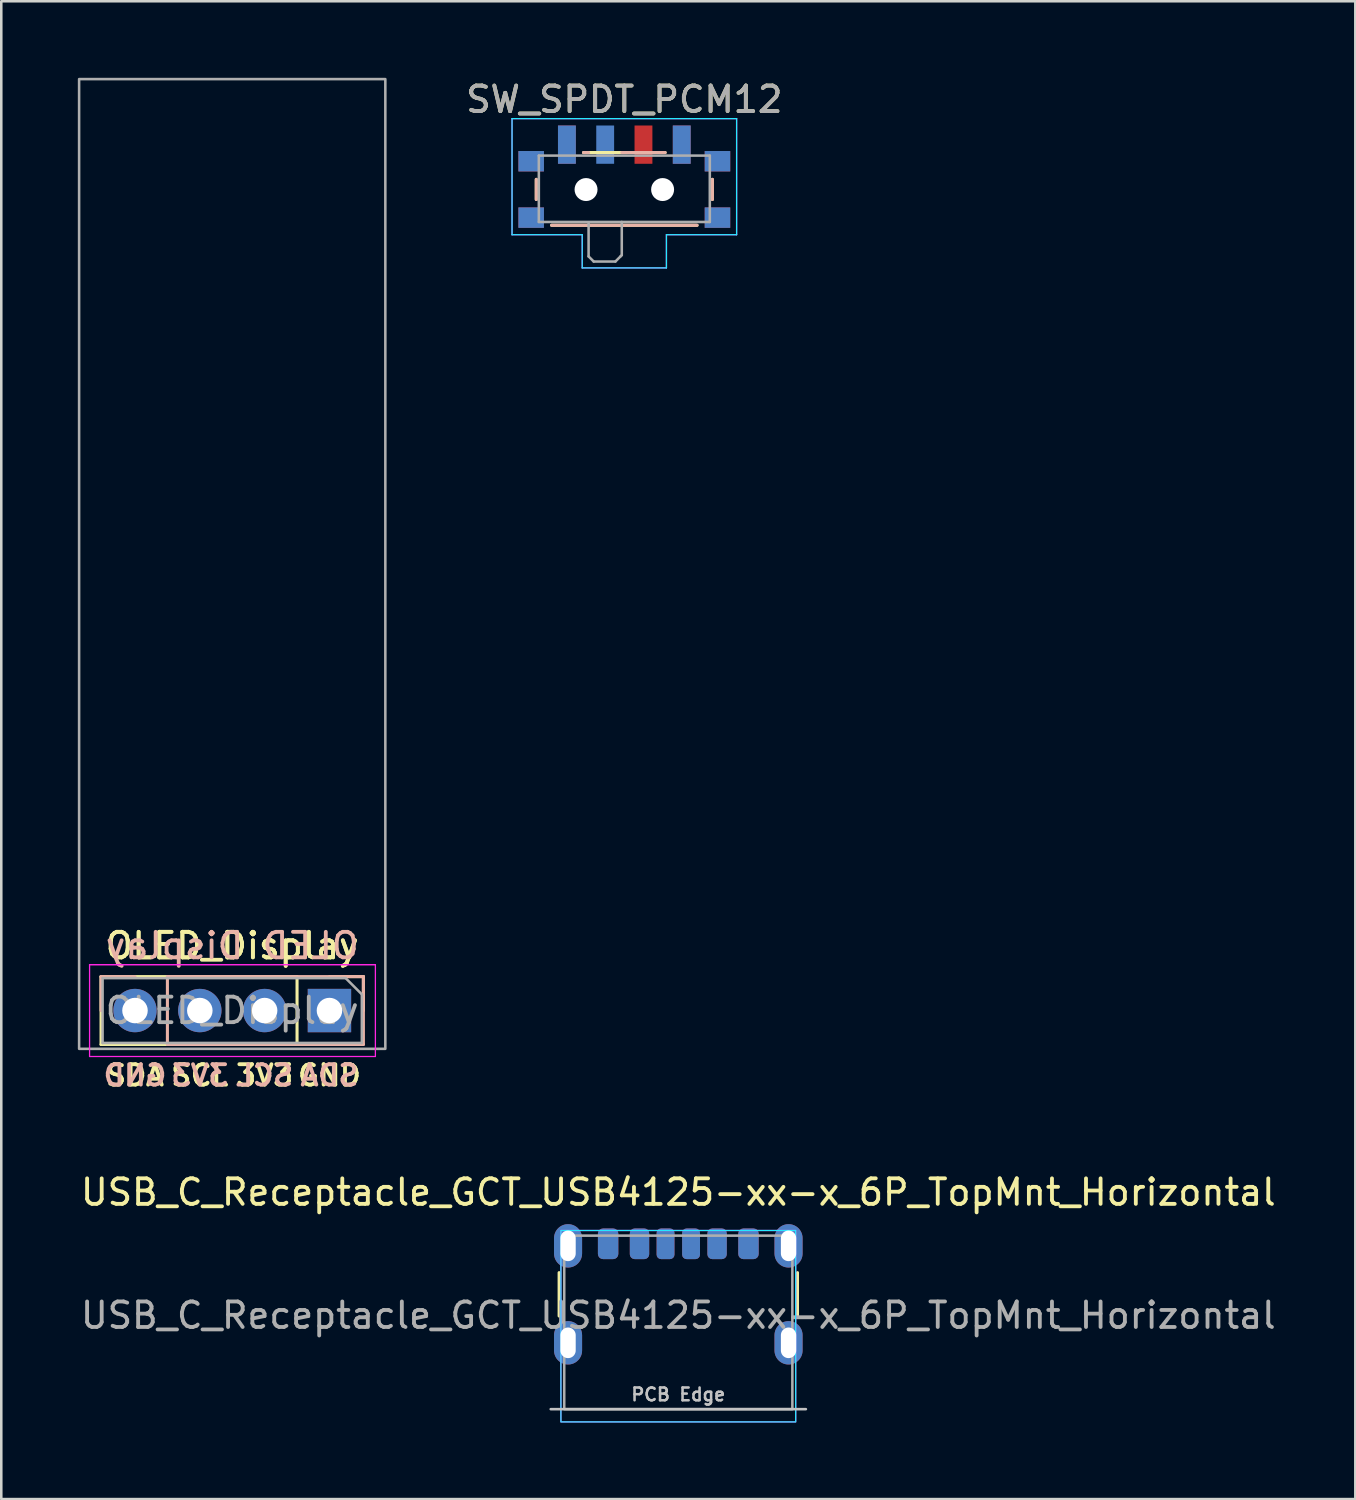
<source format=kicad_pcb>
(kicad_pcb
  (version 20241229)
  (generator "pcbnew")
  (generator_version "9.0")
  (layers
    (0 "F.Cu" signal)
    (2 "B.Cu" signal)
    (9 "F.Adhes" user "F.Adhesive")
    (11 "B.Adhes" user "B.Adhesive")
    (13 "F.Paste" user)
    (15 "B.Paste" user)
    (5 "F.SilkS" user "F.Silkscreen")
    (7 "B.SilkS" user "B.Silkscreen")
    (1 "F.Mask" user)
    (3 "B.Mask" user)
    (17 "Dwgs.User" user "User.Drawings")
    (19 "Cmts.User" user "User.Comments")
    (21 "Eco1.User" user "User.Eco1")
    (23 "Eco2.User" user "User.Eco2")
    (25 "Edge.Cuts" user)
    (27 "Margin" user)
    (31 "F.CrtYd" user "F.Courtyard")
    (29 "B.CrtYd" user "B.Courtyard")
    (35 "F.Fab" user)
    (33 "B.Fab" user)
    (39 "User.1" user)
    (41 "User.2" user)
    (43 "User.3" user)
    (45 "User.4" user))
  (footprint "USB_C_Receptacle_GCT_USB4125-xx-x_6P_TopMnt_Horizontal"
    (layer "F.Cu")
    (at 23.53 48.77)
    (property "Reference" "USB_C_Receptacle_GCT_USB4125-xx-x_6P_TopMnt_Horizontal" (at 0 -5.1 0) (unlocked yes) (layer "F.SilkS") (effects (font (size 1 1) (thickness 0.15))))
    (attr smd)
    (fp_line (start -4.67 -0.25) (end -4.67 -1.95) (stroke (width 0.12) (type solid)) (layer "F.SilkS"))
    (fp_line (start 4.67 -0.25) (end 4.67 -1.95) (stroke (width 0.12) (type solid)) (layer "F.SilkS"))
    (fp_line (start 5 3.4) (end -5 3.4) (stroke (width 0.1) (type solid)) (layer "Dwgs.User"))
    (fp_rect (start -4.6 -3.6) (end 4.6 3.9) (stroke (width 0.05) (type solid)) (fill no) (layer "B.CrtYd"))
    (fp_rect (start -4.6 -3.6) (end 4.6 3.9) (stroke (width 0.05) (type solid)) (fill no) (layer "F.CrtYd"))
    (fp_rect (start -4.47 -3.4) (end 4.47 3.4) (stroke (width 0.1) (type solid)) (fill no) (layer "F.Fab"))
    (fp_text user "PCB Edge" (at 0 2.825 0) (unlocked yes) (layer "Dwgs.User") (effects (font (size 0.5 0.5) (thickness 0.1))))
    (fp_text user "${REFERENCE}" (at 0 -0.275 0) (unlocked yes) (layer "F.Fab") (effects (font (size 1 1) (thickness 0.15))))
    (pad "A5" smd roundrect (at -0.5 -3.08) (size 0.7 1.2) (layers "F.Cu" "F.Mask" "F.Paste") (roundrect_rratio 0.25))
    (pad "A5" smd roundrect (at 0.5 -3.08) (size 0.7 1.2) (layers "B.Cu" "B.Mask" "B.Paste") (roundrect_rratio 0.25))
    (pad "A9" smd roundrect (at -1.52 -3.08 180) (size 0.76 1.2) (layers "B.Cu" "B.Mask" "B.Paste") (roundrect_rratio 0.25))
    (pad "A9" smd roundrect (at 1.52 -3.08 180) (size 0.76 1.2) (layers "F.Cu" "F.Mask" "F.Paste") (roundrect_rratio 0.25))
    (pad "A12" smd roundrect (at -2.75 -3.08 180) (size 0.8 1.2) (layers "B.Cu" "B.Mask" "B.Paste") (roundrect_rratio 0.25))
    (pad "A12" smd roundrect (at 2.75 -3.08 180) (size 0.8 1.2) (layers "F.Cu" "F.Mask" "F.Paste") (roundrect_rratio 0.25))
    (pad "B5" smd roundrect (at -0.5 -3.08 180) (size 0.7 1.2) (layers "B.Cu" "B.Mask" "B.Paste") (roundrect_rratio 0.25))
    (pad "B5" smd roundrect (at 0.5 -3.08 180) (size 0.7 1.2) (layers "F.Cu" "F.Mask" "F.Paste") (roundrect_rratio 0.25))
    (pad "B9" smd roundrect (at -1.52 -3.08) (size 0.76 1.2) (layers "F.Cu" "F.Mask" "F.Paste") (roundrect_rratio 0.25))
    (pad "B9" smd roundrect (at 1.52 -3.08) (size 0.76 1.2) (layers "B.Cu" "B.Mask" "B.Paste") (roundrect_rratio 0.25))
    (pad "B12" smd roundrect (at -2.75 -3.08) (size 0.8 1.2) (layers "F.Cu" "F.Mask" "F.Paste") (roundrect_rratio 0.25))
    (pad "B12" smd roundrect (at 2.75 -3.08) (size 0.8 1.2) (layers "B.Cu" "B.Mask" "B.Paste") (roundrect_rratio 0.25))
    (pad "S1" thru_hole oval (at -4.32 -3) (size 1.1 1.7) (drill oval 0.6 1.2) (layers "*.Cu" "*.Mask" "F.Paste"))
    (pad "S1" thru_hole oval (at -4.32 0.8) (size 1.1 1.7) (drill oval 0.6 1.2) (layers "*.Cu" "*.Mask" "F.Paste"))
    (pad "S1" thru_hole oval (at 4.32 -3) (size 1.1 1.7) (drill oval 0.6 1.2) (layers "*.Cu" "*.Mask" "F.Paste"))
    (pad "S1" thru_hole oval (at 4.32 0.8) (size 1.1 1.7) (drill oval 0.6 1.2) (layers "*.Cu" "*.Mask" "F.Paste")))
  (footprint "OLED_Display"
    (layer "F.Cu")
    (at 6.05 36.55)
    (property "Reference" "OLED_Display" (at 0 -2.54 0) (unlocked yes) (layer "F.SilkS") (effects (font (size 1 1) (thickness 0.15))))
    (attr through_hole)
    (fp_line (start -5.14 -1.33) (end -5.14 1.33) (stroke (width 0.12) (type solid)) (layer "F.SilkS"))
    (fp_line (start 2.54 -1.33) (end -5.14 -1.33) (stroke (width 0.12) (type solid)) (layer "F.SilkS"))
    (fp_line (start 2.54 -1.33) (end 2.54 1.33) (stroke (width 0.12) (type solid)) (layer "F.SilkS"))
    (fp_line (start 2.54 1.33) (end -5.14 1.33) (stroke (width 0.12) (type solid)) (layer "F.SilkS"))
    (fp_line (start 3.81 -1.33) (end 5.14 -1.33) (stroke (width 0.12) (type solid)) (layer "F.SilkS"))
    (fp_line (start 5.14 -1.33) (end 5.14 0) (stroke (width 0.12) (type solid)) (layer "F.SilkS"))
    (fp_line (start -5.14 -1.33) (end -5.14 0) (stroke (width 0.12) (type solid)) (layer "B.SilkS"))
    (fp_line (start -3.81 -1.33) (end -5.14 -1.33) (stroke (width 0.12) (type solid)) (layer "B.SilkS"))
    (fp_line (start -2.54 -1.33) (end -2.54 1.33) (stroke (width 0.12) (type solid)) (layer "B.SilkS"))
    (fp_line (start -2.54 -1.33) (end 5.14 -1.33) (stroke (width 0.12) (type solid)) (layer "B.SilkS"))
    (fp_line (start -2.54 1.33) (end 5.14 1.33) (stroke (width 0.12) (type solid)) (layer "B.SilkS"))
    (fp_line (start 5.14 -1.33) (end 5.14 1.33) (stroke (width 0.12) (type solid)) (layer "B.SilkS"))
    (fp_line (start -5.59 -1.8) (end -5.59 1.8) (stroke (width 0.05) (type solid)) (layer "F.CrtYd"))
    (fp_line (start -5.59 1.8) (end 5.61 1.8) (stroke (width 0.05) (type solid)) (layer "F.CrtYd"))
    (fp_line (start 5.61 -1.8) (end -5.59 -1.8) (stroke (width 0.05) (type solid)) (layer "F.CrtYd"))
    (fp_line (start 5.61 -1.8) (end -5.59 -1.8) (stroke (width 0.05) (type solid)) (layer "F.CrtYd"))
    (fp_line (start 5.61 1.8) (end 5.61 -1.8) (stroke (width 0.05) (type solid)) (layer "F.CrtYd"))
    (fp_line (start -5.08 -1.27) (end 4.445 -1.27) (stroke (width 0.1) (type solid)) (layer "F.Fab"))
    (fp_line (start -5.08 1.27) (end -5.08 -1.27) (stroke (width 0.1) (type solid)) (layer "F.Fab"))
    (fp_line (start 4.445 -1.27) (end 5.08 -0.635) (stroke (width 0.1) (type solid)) (layer "F.Fab"))
    (fp_line (start 5.08 -0.635) (end 5.08 1.27) (stroke (width 0.1) (type solid)) (layer "F.Fab"))
    (fp_line (start 5.08 1.27) (end -5.08 1.27) (stroke (width 0.1) (type solid)) (layer "F.Fab"))
    (fp_rect (start -6 -36.5) (end 6 1.5) (stroke (width 0.1) (type default)) (fill no) (layer "F.Fab"))
    (fp_text user "3V3" (at 1.27 2.54 0) (unlocked yes) (layer "F.SilkS") (effects (font (size 0.8 0.8) (thickness 0.15))))
    (fp_text user "OLED Display" (at 0 -2.54 0) (unlocked yes) (layer "F.SilkS") (effects (font (size 1 1) (thickness 0.15))))
    (fp_text user "SCL" (at -1.27 2.54 0) (unlocked yes) (layer "F.SilkS") (effects (font (size 0.8 0.8) (thickness 0.15))))
    (fp_text user "SDA" (at -3.81 2.54 0) (unlocked yes) (layer "F.SilkS") (effects (font (size 0.8 0.8) (thickness 0.15))))
    (fp_text user "GND" (at 3.81 2.54 0) (unlocked yes) (layer "F.SilkS") (effects (font (size 0.8 0.8) (thickness 0.15))))
    (fp_text user "SCL" (at 1.27 2.54 0) (unlocked yes) (layer "B.SilkS") (effects (font (size 0.8 0.8) (thickness 0.15)) (justify mirror)))
    (fp_text user "GND" (at -3.81 2.54 0) (unlocked yes) (layer "B.SilkS") (effects (font (size 0.8 0.8) (thickness 0.15)) (justify mirror)))
    (fp_text user "SDA" (at 3.81 2.54 0) (unlocked yes) (layer "B.SilkS") (effects (font (size 0.8 0.8) (thickness 0.15)) (justify mirror)))
    (fp_text user "OLED Display" (at 0 -2.54 0) (unlocked yes) (layer "B.SilkS") (effects (font (size 1 1) (thickness 0.15)) (justify mirror)))
    (fp_text user "3V3" (at -1.27 2.54 0) (unlocked yes) (layer "B.SilkS") (effects (font (size 0.8 0.8) (thickness 0.15)) (justify mirror)))
    (fp_text user "${REFERENCE}" (at 0 0 0) (layer "F.Fab") (effects (font (size 1 1) (thickness 0.15))))
    (pad "1" thru_hole rect (at 3.81 0 270) (size 1.7 1.7) (drill 1) (layers "*.Cu" "*.Mask"))
    (pad "2" thru_hole oval (at 1.27 0 270) (size 1.7 1.7) (drill 1) (layers "*.Cu" "*.Mask"))
    (pad "3" thru_hole oval (at -1.27 0 270) (size 1.7 1.7) (drill 1) (layers "*.Cu" "*.Mask"))
    (pad "4" thru_hole oval (at -3.81 0 270) (size 1.7 1.7) (drill 1) (layers "*.Cu" "*.Mask")))
  (footprint "SW_SPDT_PCM12"
    (layer "F.Cu")
    (at 21.415 4.048)
    (property "Reference" "SW_SPDT_PCM12" (at 0 -3.2 0) (layer "F.SilkS") (effects (font (size 1 1) (thickness 0.15))))
    (attr smd)
    (fp_line (start -3.45 -0.07) (end -3.45 0.72) (stroke (width 0.12) (type solid)) (layer "F.SilkS"))
    (fp_line (start -2.85 1.73) (end 2.85 1.73) (stroke (width 0.12) (type solid)) (layer "F.SilkS"))
    (fp_line (start -1.6 -1.12) (end 0.1 -1.12) (stroke (width 0.12) (type solid)) (layer "F.SilkS"))
    (fp_line (start 1.4 -1.12) (end 1.6 -1.12) (stroke (width 0.12) (type solid)) (layer "F.SilkS"))
    (fp_line (start 3.45 0.72) (end 3.45 -0.07) (stroke (width 0.12) (type solid)) (layer "F.SilkS"))
    (fp_line (start -3.45 0.72) (end -3.45 -0.07) (stroke (width 0.12) (type solid)) (layer "B.SilkS"))
    (fp_line (start -1.4 -1.12) (end -1.6 -1.12) (stroke (width 0.12) (type solid)) (layer "B.SilkS"))
    (fp_line (start 1.6 -1.12) (end -0.1 -1.12) (stroke (width 0.12) (type solid)) (layer "B.SilkS"))
    (fp_line (start 2.85 1.73) (end -2.85 1.73) (stroke (width 0.12) (type solid)) (layer "B.SilkS"))
    (fp_line (start 3.45 -0.07) (end 3.45 0.72) (stroke (width 0.12) (type solid)) (layer "B.SilkS"))
    (fp_line (start -4.4 -2.45) (end -4.4 2.1) (stroke (width 0.05) (type solid)) (layer "B.CrtYd"))
    (fp_line (start -4.4 2.1) (end -1.65 2.1) (stroke (width 0.05) (type solid)) (layer "B.CrtYd"))
    (fp_line (start -1.65 2.1) (end -1.65 3.4) (stroke (width 0.05) (type solid)) (layer "B.CrtYd"))
    (fp_line (start -1.65 3.4) (end 1.65 3.4) (stroke (width 0.05) (type solid)) (layer "B.CrtYd"))
    (fp_line (start 1.65 2.1) (end 4.4 2.1) (stroke (width 0.05) (type solid)) (layer "B.CrtYd"))
    (fp_line (start 1.65 3.4) (end 1.65 2.1) (stroke (width 0.05) (type solid)) (layer "B.CrtYd"))
    (fp_line (start 4.4 -2.45) (end -4.4 -2.45) (stroke (width 0.05) (type solid)) (layer "B.CrtYd"))
    (fp_line (start 4.4 2.1) (end 4.4 -2.45) (stroke (width 0.05) (type solid)) (layer "B.CrtYd"))
    (fp_line (start -4.4 -2.45) (end 4.4 -2.45) (stroke (width 0.05) (type solid)) (layer "F.CrtYd"))
    (fp_line (start -4.4 2.1) (end -4.4 -2.45) (stroke (width 0.05) (type solid)) (layer "F.CrtYd"))
    (fp_line (start -1.65 2.1) (end -4.4 2.1) (stroke (width 0.05) (type solid)) (layer "F.CrtYd"))
    (fp_line (start -1.65 3.4) (end -1.65 2.1) (stroke (width 0.05) (type solid)) (layer "F.CrtYd"))
    (fp_line (start 1.65 2.1) (end 1.65 3.4) (stroke (width 0.05) (type solid)) (layer "F.CrtYd"))
    (fp_line (start 1.65 3.4) (end -1.65 3.4) (stroke (width 0.05) (type solid)) (layer "F.CrtYd"))
    (fp_line (start 4.4 -2.45) (end 4.4 2.1) (stroke (width 0.05) (type solid)) (layer "F.CrtYd"))
    (fp_line (start 4.4 2.1) (end 1.65 2.1) (stroke (width 0.05) (type solid)) (layer "F.CrtYd"))
    (fp_line (start -3.35 -1) (end -3.35 1.6) (stroke (width 0.1) (type solid)) (layer "F.Fab"))
    (fp_line (start -3.35 1.6) (end 3.35 1.6) (stroke (width 0.1) (type solid)) (layer "F.Fab"))
    (fp_line (start -1.4 1.65) (end -1.4 2.95) (stroke (width 0.1) (type solid)) (layer "F.Fab"))
    (fp_line (start -1.4 2.95) (end -1.2 3.15) (stroke (width 0.1) (type solid)) (layer "F.Fab"))
    (fp_line (start -1.2 3.15) (end -0.35 3.15) (stroke (width 0.1) (type solid)) (layer "F.Fab"))
    (fp_line (start -0.35 3.15) (end -0.15 2.95) (stroke (width 0.1) (type solid)) (layer "F.Fab"))
    (fp_line (start -0.15 2.95) (end -0.1 2.9) (stroke (width 0.1) (type solid)) (layer "F.Fab"))
    (fp_line (start -0.1 2.9) (end -0.1 1.6) (stroke (width 0.1) (type solid)) (layer "F.Fab"))
    (fp_line (start 3.35 -1) (end -3.35 -1) (stroke (width 0.1) (type solid)) (layer "F.Fab"))
    (fp_line (start 3.35 1.6) (end 3.35 -1) (stroke (width 0.1) (type solid)) (layer "F.Fab"))
    (fp_text user "${REFERENCE}" (at 0 -3.2 0) (layer "F.Fab") (effects (font (size 1 1) (thickness 0.15))))
    (pad "" smd rect (at -3.65 -0.78) (size 1 0.8) (layers "F.Cu" "F.Mask" "F.Paste"))
    (pad "" smd rect (at -3.65 -0.78) (size 1 0.8) (layers "B.Cu" "B.Mask" "B.Paste"))
    (pad "" smd rect (at -3.65 1.43) (size 1 0.8) (layers "F.Cu" "F.Mask" "F.Paste"))
    (pad "" smd rect (at -3.65 1.43) (size 1 0.8) (layers "B.Cu" "B.Mask" "B.Paste"))
    (pad "" np_thru_hole circle (at -1.5 0.33) (size 0.9 0.9) (drill 0.9) (layers "*.Cu" "*.Mask"))
    (pad "" np_thru_hole circle (at 1.5 0.33) (size 0.9 0.9) (drill 0.9) (layers "*.Cu" "*.Mask"))
    (pad "" smd rect (at 3.65 -0.78) (size 1 0.8) (layers "F.Cu" "F.Mask" "F.Paste"))
    (pad "" smd rect (at 3.65 -0.78) (size 1 0.8) (layers "B.Cu" "B.Mask" "B.Paste"))
    (pad "" smd rect (at 3.65 1.43) (size 1 0.8) (layers "F.Cu" "F.Mask" "F.Paste"))
    (pad "" smd rect (at 3.65 1.43) (size 1 0.8) (layers "B.Cu" "B.Mask" "B.Paste"))
    (pad "1" smd rect (at -2.25 -1.43) (size 0.7 1.5) (layers "F.Cu" "F.Mask" "F.Paste"))
    (pad "1" smd rect (at 2.25 -1.43) (size 0.7 1.5) (layers "B.Cu" "B.Mask" "B.Paste"))
    (pad "2" smd rect (at -0.75 -1.43) (size 0.7 1.5) (layers "B.Cu" "B.Mask" "B.Paste"))
    (pad "2" smd rect (at 0.75 -1.43) (size 0.7 1.5) (layers "F.Cu" "F.Mask" "F.Paste"))
    (pad "3" smd rect (at -2.25 -1.43) (size 0.7 1.5) (layers "B.Cu" "B.Mask" "B.Paste"))
    (pad "3" smd rect (at 2.25 -1.43) (size 0.7 1.5) (layers "F.Cu" "F.Mask" "F.Paste")))
  (gr_rect
    (start -3 -3)
    (end 50.06 55.694)
    (stroke (width 0.1) (type default))
    (fill no)
    (layer "Edge.Cuts")))
</source>
